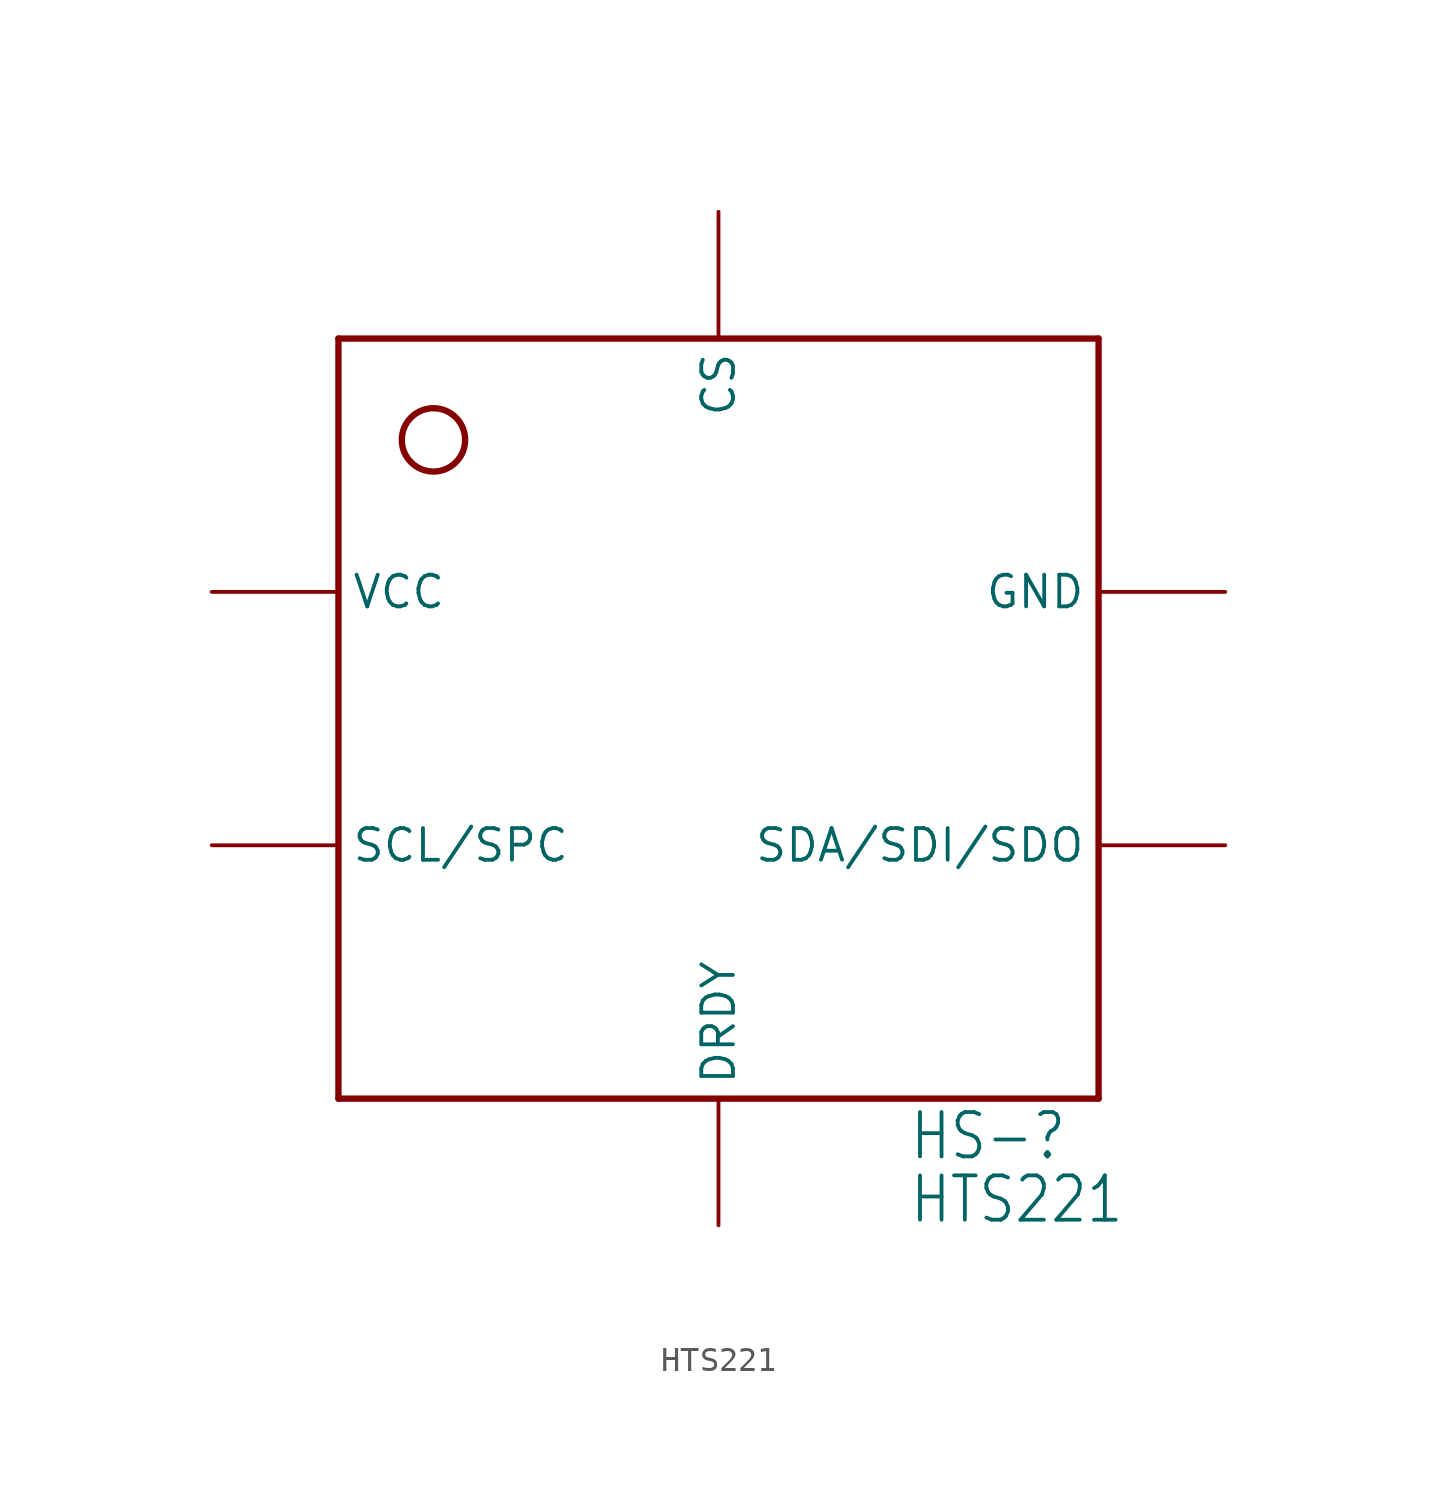
<source format=kicad_sym>
(kicad_symbol_lib
  (version 20211014)
  (generator kicad_symbol_editor)
  (symbol "HTS221"
    (property "Reference" "HS-"
      (at 7.62 -17.78 0)
      (effects (font (size 1.778 1.511)) (justify left bottom)))
    (property "Value" "HTS221"
      (at 7.62 -20.32 0)
      (effects (font (size 1.778 1.511)) (justify left bottom)))
    (property "ki_locked" ""
      (at 0 0 0)
      (effects (font (size 1.27 1.27))))
    (symbol "HTS221_1_0"
      (circle (center -11.43 11.176) (radius 1.27) (stroke (width 0.254) (type default) (color 0 0 0 0)) (fill (type none)))
      (polyline (pts (xy -15.24 -15.24) (xy 15.24 -15.24)) (stroke (width 0.254) (type default) (color 0 0 0 0)) (fill (type none)))
      (polyline (pts (xy -15.24 15.24) (xy -15.24 -15.24)) (stroke (width 0.254) (type default) (color 0 0 0 0)) (fill (type none)))
      (polyline (pts (xy 15.24 -15.24) (xy 15.24 15.24)) (stroke (width 0.254) (type default) (color 0 0 0 0)) (fill (type none)))
      (polyline (pts (xy 15.24 15.24) (xy -15.24 15.24)) (stroke (width 0.254) (type default) (color 0 0 0 0)) (fill (type none)))
      (pin bidirectional line (at -20.32 5.08 0) (length 5.08) (name "VCC" (effects (font (size 1.27 1.27)))) (number "P$1.VDD" (effects (font (size 0 0)))))
      (pin bidirectional line (at -20.32 -5.08 0) (length 5.08) (name "SCL/SPC" (effects (font (size 1.27 1.27)))) (number "P$2.SCL/SPC" (effects (font (size 0 0)))))
      (pin bidirectional line (at 0 -20.32 90) (length 5.08) (name "DRDY" (effects (font (size 1.27 1.27)))) (number "P$3.DRDY" (effects (font (size 0 0)))))
      (pin bidirectional line (at 20.32 -5.08 180) (length 5.08) (name "SDA/SDI/SDO" (effects (font (size 1.27 1.27)))) (number "P$4.SDA/SDI/SDO" (effects (font (size 0 0)))))
      (pin bidirectional line (at 20.32 5.08 180) (length 5.08) (name "GND" (effects (font (size 1.27 1.27)))) (number "P$5.GND" (effects (font (size 0 0)))))
      (pin bidirectional line (at 0 20.32 270) (length 5.08) (name "CS" (effects (font (size 1.27 1.27)))) (number "P$6.CS" (effects (font (size 0 0))))))))
</source>
